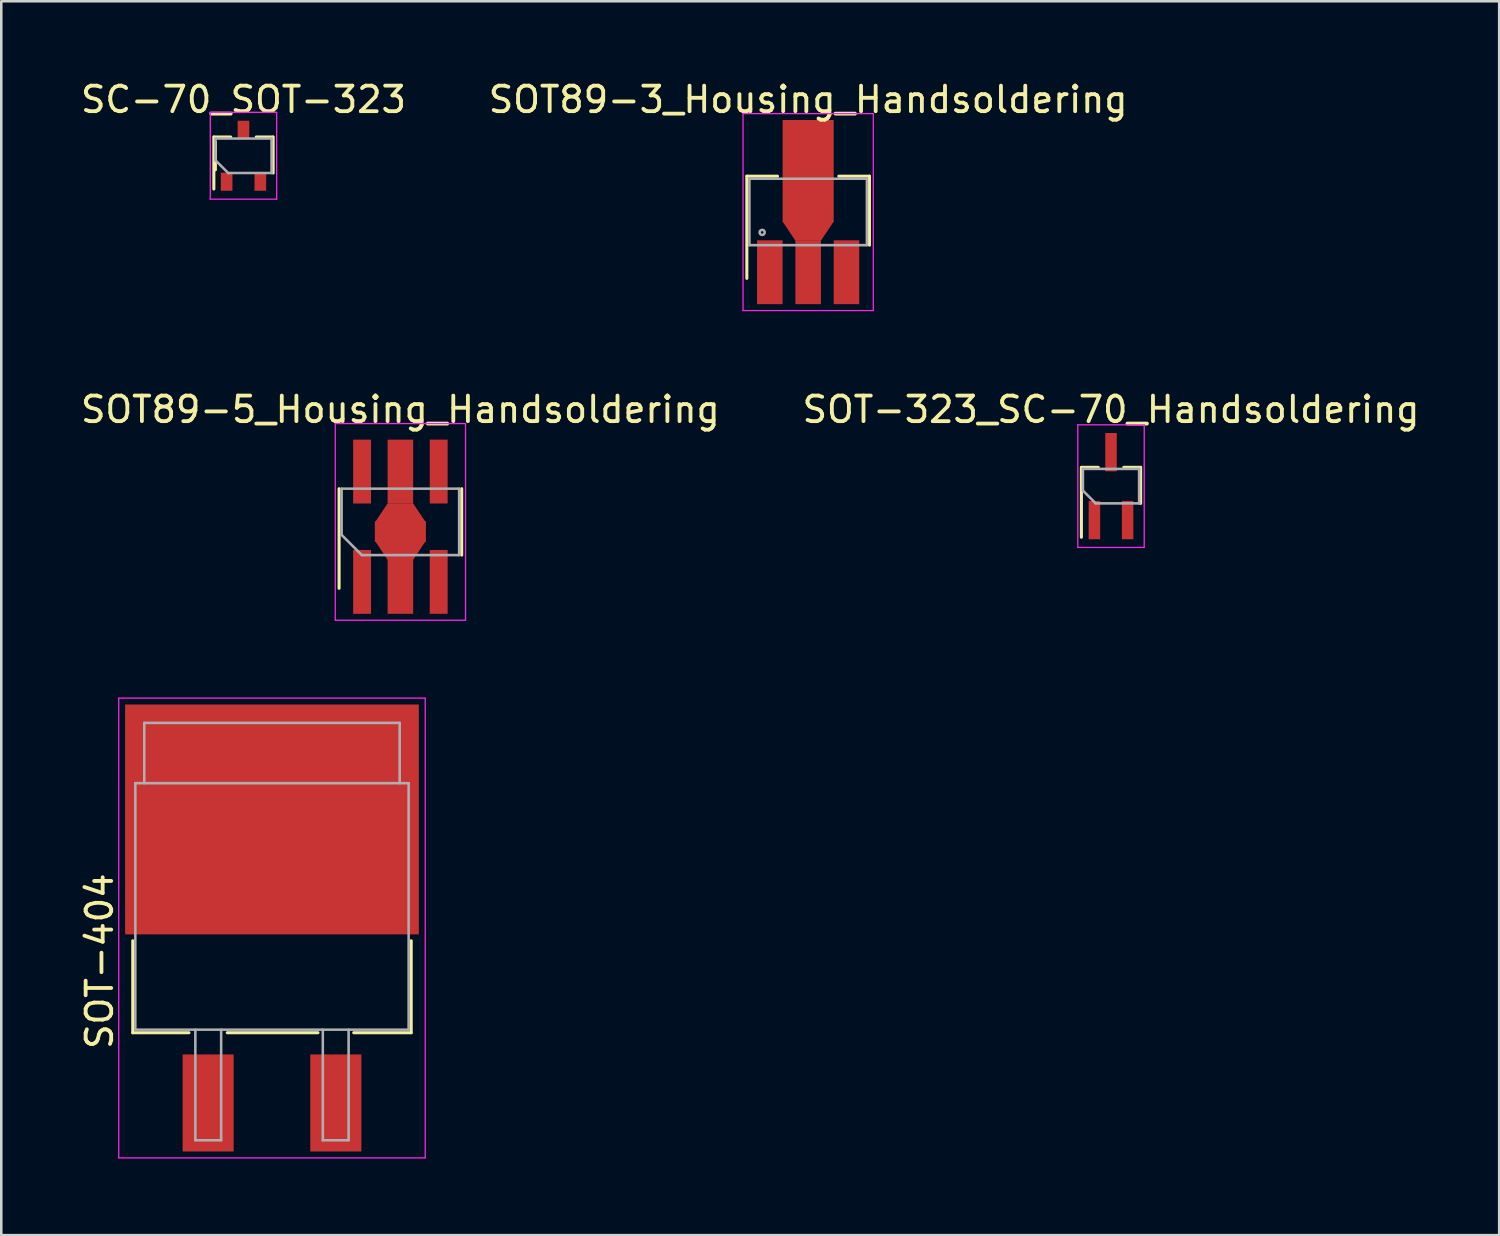
<source format=kicad_pcb>
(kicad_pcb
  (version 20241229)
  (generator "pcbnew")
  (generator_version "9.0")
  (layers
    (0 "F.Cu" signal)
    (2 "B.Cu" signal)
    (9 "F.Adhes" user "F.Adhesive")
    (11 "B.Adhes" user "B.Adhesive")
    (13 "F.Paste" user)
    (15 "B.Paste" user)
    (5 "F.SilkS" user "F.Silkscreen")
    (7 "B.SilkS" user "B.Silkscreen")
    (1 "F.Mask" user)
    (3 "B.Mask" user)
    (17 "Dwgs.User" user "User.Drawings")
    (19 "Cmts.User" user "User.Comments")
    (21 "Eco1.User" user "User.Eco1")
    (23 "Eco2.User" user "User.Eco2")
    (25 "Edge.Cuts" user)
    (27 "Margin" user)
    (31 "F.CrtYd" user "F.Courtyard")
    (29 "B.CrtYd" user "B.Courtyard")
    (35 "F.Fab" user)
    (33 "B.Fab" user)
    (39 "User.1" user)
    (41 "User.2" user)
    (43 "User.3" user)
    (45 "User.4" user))
  (footprint "SOT-323_SC-70_Handsoldering"
    (layer "F.Cu")
    (at 40.446 15.982)
    (property "Reference" "SOT-323_SC-70_Handsoldering" (at 0 -3 0) (layer "F.SilkS") (effects (font (size 1 1) (thickness 0.15))))
    (attr smd)
    (fp_line (start -1.16 -0.735) (end -1.16 2) (stroke (width 0.12) (type solid)) (layer "F.SilkS"))
    (fp_line (start -1.15 -0.735) (end -0.5 -0.735) (stroke (width 0.12) (type solid)) (layer "F.SilkS"))
    (fp_line (start 0.5 -0.735) (end 1.15 -0.735) (stroke (width 0.12) (type solid)) (layer "F.SilkS"))
    (fp_line (start 1.16 0.675) (end 1.16 -0.735) (stroke (width 0.12) (type solid)) (layer "F.SilkS"))
    (fp_line (start -1.3 -2.4) (end 1.3 -2.4) (stroke (width 0.05) (type solid)) (layer "F.CrtYd"))
    (fp_line (start -1.3 2.4) (end -1.3 -2.4) (stroke (width 0.05) (type solid)) (layer "F.CrtYd"))
    (fp_line (start 1.3 -2.4) (end 1.3 2.4) (stroke (width 0.05) (type solid)) (layer "F.CrtYd"))
    (fp_line (start 1.3 2.4) (end -1.3 2.4) (stroke (width 0.05) (type solid)) (layer "F.CrtYd"))
    (fp_line (start -1.1 -0.675) (end -1.1 0.175) (stroke (width 0.1) (type solid)) (layer "F.Fab"))
    (fp_line (start -1.1 -0.675) (end 1.1 -0.675) (stroke (width 0.1) (type solid)) (layer "F.Fab"))
    (fp_line (start -1.1 0.175) (end -0.6 0.675) (stroke (width 0.1) (type solid)) (layer "F.Fab"))
    (fp_line (start -0.6 0.675) (end 1.1 0.675) (stroke (width 0.1) (type solid)) (layer "F.Fab"))
    (fp_line (start 1.1 -0.675) (end 1.1 0.675) (stroke (width 0.1) (type solid)) (layer "F.Fab"))
    (pad "1" smd rect (at -0.65 1.33) (size 0.45 1.5) (layers "F.Cu" "F.Mask" "F.Paste"))
    (pad "2" smd rect (at 0.65 1.33) (size 0.45 1.5) (layers "F.Cu" "F.Mask" "F.Paste"))
    (pad "3" smd rect (at 0 -1.33) (size 0.45 1.5) (layers "F.Cu" "F.Mask" "F.Paste")))
  (footprint "SC-70_SOT-323"
    (layer "F.Cu")
    (at 6.482 3.048)
    (property "Reference" "SC-70_SOT-323" (at 0 -2.2 0) (layer "F.SilkS") (effects (font (size 1 1) (thickness 0.15))))
    (attr smd)
    (fp_line (start -1.16 -0.735) (end -1.16 1.3) (stroke (width 0.12) (type solid)) (layer "F.SilkS"))
    (fp_line (start -1.15 -0.735) (end -0.5 -0.735) (stroke (width 0.12) (type solid)) (layer "F.SilkS"))
    (fp_line (start -1.1 -0.55) (end -1.1 0.55) (stroke (width 0.12) (type solid)) (layer "F.SilkS"))
    (fp_line (start 0.5 -0.735) (end 1.15 -0.735) (stroke (width 0.12) (type solid)) (layer "F.SilkS"))
    (fp_line (start 1.16 0.675) (end 1.16 -0.735) (stroke (width 0.12) (type solid)) (layer "F.SilkS"))
    (fp_line (start -1.3 -1.7) (end 1.3 -1.7) (stroke (width 0.05) (type solid)) (layer "F.CrtYd"))
    (fp_line (start -1.3 1.7) (end -1.3 -1.7) (stroke (width 0.05) (type solid)) (layer "F.CrtYd"))
    (fp_line (start 1.3 -1.7) (end 1.3 1.7) (stroke (width 0.05) (type solid)) (layer "F.CrtYd"))
    (fp_line (start 1.3 1.7) (end -1.3 1.7) (stroke (width 0.05) (type solid)) (layer "F.CrtYd"))
    (fp_line (start -1.1 -0.675) (end -1.1 0.175) (stroke (width 0.1) (type solid)) (layer "F.Fab"))
    (fp_line (start -1.1 -0.675) (end 1.1 -0.675) (stroke (width 0.1) (type solid)) (layer "F.Fab"))
    (fp_line (start -1.1 0.175) (end -0.6 0.675) (stroke (width 0.1) (type solid)) (layer "F.Fab"))
    (fp_line (start -0.6 0.675) (end 1.1 0.675) (stroke (width 0.1) (type solid)) (layer "F.Fab"))
    (fp_line (start 1.1 -0.675) (end 1.1 0.675) (stroke (width 0.1) (type solid)) (layer "F.Fab"))
    (pad "1" smd rect (at -0.66 1.016) (size 0.457 0.711) (layers "F.Cu" "F.Mask" "F.Paste"))
    (pad "2" smd rect (at 0.66 1.016) (size 0.457 0.711) (layers "F.Cu" "F.Mask" "F.Paste"))
    (pad "3" smd rect (at 0 -1.016) (size 0.457 0.711) (layers "F.Cu" "F.Mask" "F.Paste")))
  (footprint "SOT-404"
    (layer "F.Cu")
    (at 7.598 34.581)
    (property "Reference" "SOT-404" (at -6.75 0 90) (layer "F.SilkS") (effects (font (size 1 1) (thickness 0.15))))
    (attr smd)
    (fp_line (start -5.45 2.8) (end -5.45 -0.8) (stroke (width 0.12) (type solid)) (layer "F.SilkS"))
    (fp_line (start -3.25 2.8) (end -5.45 2.8) (stroke (width 0.12) (type solid)) (layer "F.SilkS"))
    (fp_line (start 1.8 2.8) (end -1.75 2.8) (stroke (width 0.12) (type solid)) (layer "F.SilkS"))
    (fp_line (start 5.45 -0.8) (end 5.45 2.8) (stroke (width 0.12) (type solid)) (layer "F.SilkS"))
    (fp_line (start 5.45 2.8) (end 3.2 2.8) (stroke (width 0.12) (type solid)) (layer "F.SilkS"))
    (fp_line (start -6 -10.3) (end -6 7.7) (stroke (width 0.05) (type solid)) (layer "F.CrtYd"))
    (fp_line (start -6 -10.3) (end 6 -10.3) (stroke (width 0.05) (type solid)) (layer "F.CrtYd"))
    (fp_line (start 6 7.7) (end -6 7.7) (stroke (width 0.05) (type solid)) (layer "F.CrtYd"))
    (fp_line (start 6 7.7) (end 6 -10.3) (stroke (width 0.05) (type solid)) (layer "F.CrtYd"))
    (fp_line (start -5.35 -6.97) (end 5.35 -6.97) (stroke (width 0.1) (type solid)) (layer "F.Fab"))
    (fp_line (start -5.35 2.68) (end -5.35 -6.97) (stroke (width 0.1) (type solid)) (layer "F.Fab"))
    (fp_line (start -5 -9.33) (end 5 -9.33) (stroke (width 0.1) (type solid)) (layer "F.Fab"))
    (fp_line (start -5 -6.97) (end -5 -9.33) (stroke (width 0.1) (type solid)) (layer "F.Fab"))
    (fp_line (start -3 2.68) (end -3 7.01) (stroke (width 0.1) (type solid)) (layer "F.Fab"))
    (fp_line (start -3 7.01) (end -1.99 7.01) (stroke (width 0.1) (type solid)) (layer "F.Fab"))
    (fp_line (start -1.99 7.01) (end -1.99 2.68) (stroke (width 0.1) (type solid)) (layer "F.Fab"))
    (fp_line (start 1.99 2.68) (end 1.99 7.01) (stroke (width 0.1) (type solid)) (layer "F.Fab"))
    (fp_line (start 1.99 7.01) (end 3 7.01) (stroke (width 0.1) (type solid)) (layer "F.Fab"))
    (fp_line (start 3 7.01) (end 3 2.68) (stroke (width 0.1) (type solid)) (layer "F.Fab"))
    (fp_line (start 5 -9.33) (end 5 -6.97) (stroke (width 0.1) (type solid)) (layer "F.Fab"))
    (fp_line (start 5.35 -6.97) (end 5.35 2.68) (stroke (width 0.1) (type solid)) (layer "F.Fab"))
    (fp_line (start 5.35 2.68) (end -5.35 2.68) (stroke (width 0.1) (type solid)) (layer "F.Fab"))
    (pad "1" smd rect (at -2.5 5.55) (size 2 3.8) (layers "F.Cu" "F.Mask" "F.Paste"))
    (pad "2" smd rect (at 0 -5.55) (size 11.5 9) (layers "F.Cu" "F.Mask" "F.Paste"))
    (pad "3" smd rect (at 2.5 5.55) (size 2 3.8) (layers "F.Cu" "F.Mask" "F.Paste")))
  (footprint "SOT89-3_Housing_Handsoldering"
    (layer "F.Cu")
    (at 28.589 5.628)
    (property "Reference" "SOT89-3_Housing_Handsoldering" (at 0 -4.78 0) (layer "F.SilkS") (effects (font (size 1 1) (thickness 0.15))))
    (attr smd)
    (fp_line (start -2.4 -1.78) (end -1.2 -1.78) (stroke (width 0.12) (type solid)) (layer "F.SilkS"))
    (fp_line (start -2.4 2.22) (end -2.4 -1.78) (stroke (width 0.12) (type solid)) (layer "F.SilkS"))
    (fp_line (start 1.2 -1.78) (end 2.4 -1.78) (stroke (width 0.12) (type solid)) (layer "F.SilkS"))
    (fp_line (start 2.4 -1.78) (end 2.4 0.92) (stroke (width 0.12) (type solid)) (layer "F.SilkS"))
    (fp_line (start -2.55 -4.23) (end -2.55 3.48) (stroke (width 0.05) (type solid)) (layer "F.CrtYd"))
    (fp_line (start -2.55 -4.23) (end 2.55 -4.23) (stroke (width 0.05) (type solid)) (layer "F.CrtYd"))
    (fp_line (start 2.55 3.48) (end -2.55 3.48) (stroke (width 0.05) (type solid)) (layer "F.CrtYd"))
    (fp_line (start 2.55 3.48) (end 2.55 -4.23) (stroke (width 0.05) (type solid)) (layer "F.CrtYd"))
    (fp_line (start -2.3 -1.68) (end 2.3 -1.68) (stroke (width 0.1) (type solid)) (layer "F.Fab"))
    (fp_line (start -2.3 0.92) (end -2.3 -1.68) (stroke (width 0.1) (type solid)) (layer "F.Fab"))
    (fp_line (start 2.3 -1.68) (end 2.3 0.92) (stroke (width 0.1) (type solid)) (layer "F.Fab"))
    (fp_line (start 2.3 0.92) (end -2.3 0.92) (stroke (width 0.1) (type solid)) (layer "F.Fab"))
    (fp_circle (center -1.8 0.42) (end -1.8 0.52) (stroke (width 0.1) (type solid)) (fill no) (layer "F.Fab"))
    (pad "1" smd rect (at -1.5 1.98) (size 1 2.5) (layers "F.Cu" "F.Mask" "F.Paste"))
    (pad "2" smd rect (at 0 -1.98) (size 2 4) (layers "F.Cu" "F.Mask" "F.Paste"))
    (pad "2" smd trapezoid (at 0 0.37 180) (size 1.5 0.75) (rect_delta 0 0.5) (layers "F.Cu" "F.Mask" "F.Paste"))
    (pad "2" smd rect (at 0 1.98) (size 1 2.5) (layers "F.Cu" "F.Mask" "F.Paste"))
    (pad "3" smd rect (at 1.5 1.98) (size 1 2.5) (layers "F.Cu" "F.Mask" "F.Paste")))
  (footprint "SOT89-5_Housing_Handsoldering"
    (layer "F.Cu")
    (at 12.625 17.572)
    (property "Reference" "SOT89-5_Housing_Handsoldering" (at 0 -4.59 0) (layer "F.SilkS") (effects (font (size 1 1) (thickness 0.15))))
    (attr smd)
    (fp_line (start -2.4 2.41) (end -2.4 -1.49) (stroke (width 0.12) (type solid)) (layer "F.SilkS"))
    (fp_line (start 2.4 -1.49) (end 2.4 1.11) (stroke (width 0.12) (type solid)) (layer "F.SilkS"))
    (fp_line (start -2.55 -4.04) (end -2.55 3.66) (stroke (width 0.05) (type solid)) (layer "F.CrtYd"))
    (fp_line (start -2.55 -4.04) (end 2.55 -4.04) (stroke (width 0.05) (type solid)) (layer "F.CrtYd"))
    (fp_line (start 2.55 3.66) (end -2.55 3.66) (stroke (width 0.05) (type solid)) (layer "F.CrtYd"))
    (fp_line (start 2.55 3.66) (end 2.55 -4.04) (stroke (width 0.05) (type solid)) (layer "F.CrtYd"))
    (fp_line (start -2.3 -1.49) (end 2.3 -1.49) (stroke (width 0.1) (type solid)) (layer "F.Fab"))
    (fp_line (start -2.3 0.32) (end -2.3 -1.49) (stroke (width 0.1) (type solid)) (layer "F.Fab"))
    (fp_line (start -1.51 1.11) (end -2.3 0.32) (stroke (width 0.1) (type solid)) (layer "F.Fab"))
    (fp_line (start 2.3 -1.49) (end 2.3 1.11) (stroke (width 0.1) (type solid)) (layer "F.Fab"))
    (fp_line (start 2.3 1.11) (end -1.51 1.11) (stroke (width 0.1) (type solid)) (layer "F.Fab"))
    (pad "1" smd rect (at -1.5 2.16) (size 0.7 2.5) (layers "F.Cu" "F.Mask" "F.Paste"))
    (pad "2" smd rect (at 0 -2.16) (size 1 2.5) (layers "F.Cu" "F.Mask" "F.Paste"))
    (pad "2" smd trapezoid (at 0 -0.54) (size 1.5 0.75) (rect_delta 0 0.5) (layers "F.Cu" "F.Mask" "F.Paste"))
    (pad "2" smd rect (at 0 0.19) (size 2 0.8) (layers "F.Cu" "F.Mask" "F.Paste"))
    (pad "2" smd trapezoid (at 0 0.92 180) (size 1.5 0.75) (rect_delta 0 0.5) (layers "F.Cu" "F.Mask" "F.Paste"))
    (pad "2" smd rect (at 0 2.16) (size 1 2.5) (layers "F.Cu" "F.Mask" "F.Paste"))
    (pad "3" smd rect (at 1.5 2.16) (size 0.7 2.5) (layers "F.Cu" "F.Mask" "F.Paste"))
    (pad "4" smd rect (at 1.5 -2.16) (size 0.7 2.5) (layers "F.Cu" "F.Mask" "F.Paste"))
    (pad "5" smd rect (at -1.5 -2.16) (size 0.7 2.5) (layers "F.Cu" "F.Mask" "F.Paste")))
  (gr_rect
    (start -3 -3)
    (end 55.643 45.306)
    (stroke (width 0.1) (type default))
    (fill no)
    (layer "Edge.Cuts")))
</source>
